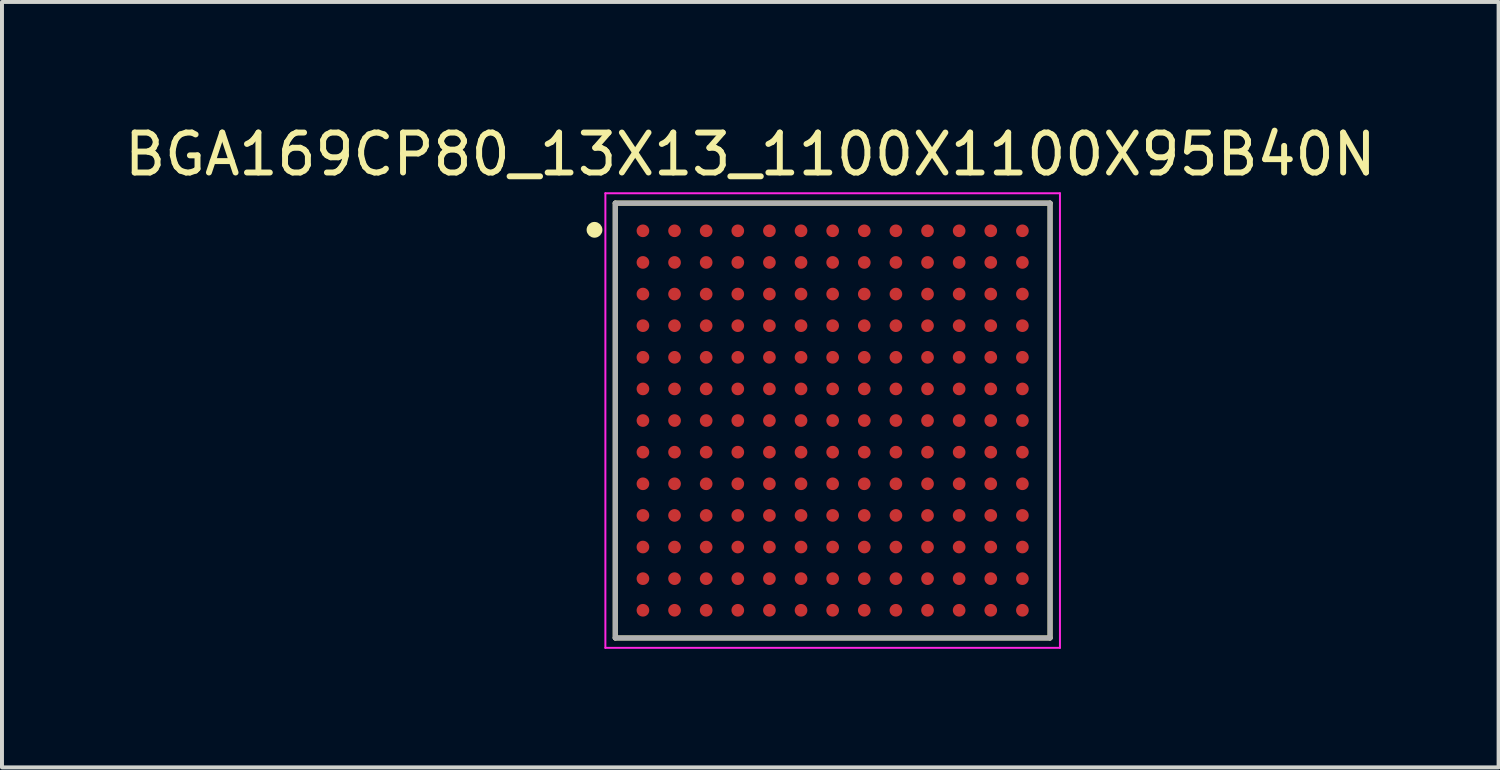
<source format=kicad_pcb>
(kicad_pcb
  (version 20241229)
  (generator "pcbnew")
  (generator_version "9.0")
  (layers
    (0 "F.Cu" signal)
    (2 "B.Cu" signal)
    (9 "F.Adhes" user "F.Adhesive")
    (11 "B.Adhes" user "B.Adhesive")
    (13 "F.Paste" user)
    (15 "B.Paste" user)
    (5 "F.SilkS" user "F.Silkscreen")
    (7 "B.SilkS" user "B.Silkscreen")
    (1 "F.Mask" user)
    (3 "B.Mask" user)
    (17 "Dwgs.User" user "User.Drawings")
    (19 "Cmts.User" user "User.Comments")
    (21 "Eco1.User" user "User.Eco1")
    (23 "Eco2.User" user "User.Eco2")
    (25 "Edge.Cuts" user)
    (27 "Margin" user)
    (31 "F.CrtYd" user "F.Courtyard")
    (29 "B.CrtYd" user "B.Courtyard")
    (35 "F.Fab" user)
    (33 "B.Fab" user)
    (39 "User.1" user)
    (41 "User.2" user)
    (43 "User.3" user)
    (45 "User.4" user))
  (footprint "BGA169CP80_13X13_1100X1100X95B40N"
    (layer "F.Cu")
    (at 18.015 7.589)
    (property "Reference" "BGA169CP80_13X13_1100X1100X95B40N" (at -2.083 -6.735 0) (layer "F.SilkS") (effects (font (size 1.011 1.011) (thickness 0.15))))
    (attr through_hole)
    (fp_line (start -5.5 5.5) (end -5.5 -5.5) (stroke (width 0.127) (type solid)) (layer "F.SilkS"))
    (fp_line (start 5.5 -5.5) (end -5.5 -5.5) (stroke (width 0.127) (type solid)) (layer "F.SilkS"))
    (fp_line (start 5.5 5.5) (end -5.5 5.5) (stroke (width 0.127) (type solid)) (layer "F.SilkS"))
    (fp_line (start 5.5 5.5) (end 5.5 -5.5) (stroke (width 0.127) (type solid)) (layer "F.SilkS"))
    (fp_circle (center -6.025 -4.825) (end -5.925 -4.825) (stroke (width 0.2) (type solid)) (fill no) (layer "F.SilkS"))
    (fp_line (start -5.75 -5.75) (end 5.75 -5.75) (stroke (width 0.05) (type solid)) (layer "F.CrtYd"))
    (fp_line (start -5.75 5.75) (end -5.75 -5.75) (stroke (width 0.05) (type solid)) (layer "F.CrtYd"))
    (fp_line (start -5.75 5.75) (end 5.75 5.75) (stroke (width 0.05) (type solid)) (layer "F.CrtYd"))
    (fp_line (start 5.75 5.75) (end 5.75 -5.75) (stroke (width 0.05) (type solid)) (layer "F.CrtYd"))
    (fp_line (start -5.5 5.5) (end -5.5 -5.5) (stroke (width 0.127) (type solid)) (layer "F.Fab"))
    (fp_line (start 5.5 -5.5) (end -5.5 -5.5) (stroke (width 0.127) (type solid)) (layer "F.Fab"))
    (fp_line (start 5.5 5.5) (end -5.5 5.5) (stroke (width 0.127) (type solid)) (layer "F.Fab"))
    (fp_line (start 5.5 5.5) (end 5.5 -5.5) (stroke (width 0.127) (type solid)) (layer "F.Fab"))
    (pad "A1" smd circle (at -4.8 -4.8) (size 0.32 0.32) (layers "F.Cu" "F.Mask" "F.Paste"))
    (pad "A2" smd circle (at -4 -4.8) (size 0.32 0.32) (layers "F.Cu" "F.Mask" "F.Paste"))
    (pad "A3" smd circle (at -3.2 -4.8) (size 0.32 0.32) (layers "F.Cu" "F.Mask" "F.Paste"))
    (pad "A4" smd circle (at -2.4 -4.8) (size 0.32 0.32) (layers "F.Cu" "F.Mask" "F.Paste"))
    (pad "A5" smd circle (at -1.6 -4.8) (size 0.32 0.32) (layers "F.Cu" "F.Mask" "F.Paste"))
    (pad "A6" smd circle (at -0.8 -4.8) (size 0.32 0.32) (layers "F.Cu" "F.Mask" "F.Paste"))
    (pad "A7" smd circle (at 0 -4.8) (size 0.32 0.32) (layers "F.Cu" "F.Mask" "F.Paste"))
    (pad "A8" smd circle (at 0.8 -4.8) (size 0.32 0.32) (layers "F.Cu" "F.Mask" "F.Paste"))
    (pad "A9" smd circle (at 1.6 -4.8) (size 0.32 0.32) (layers "F.Cu" "F.Mask" "F.Paste"))
    (pad "A10" smd circle (at 2.4 -4.8) (size 0.32 0.32) (layers "F.Cu" "F.Mask" "F.Paste"))
    (pad "A11" smd circle (at 3.2 -4.8) (size 0.32 0.32) (layers "F.Cu" "F.Mask" "F.Paste"))
    (pad "A12" smd circle (at 4 -4.8) (size 0.32 0.32) (layers "F.Cu" "F.Mask" "F.Paste"))
    (pad "A13" smd circle (at 4.8 -4.8) (size 0.32 0.32) (layers "F.Cu" "F.Mask" "F.Paste"))
    (pad "B1" smd circle (at -4.8 -4) (size 0.32 0.32) (layers "F.Cu" "F.Mask" "F.Paste"))
    (pad "B2" smd circle (at -4 -4) (size 0.32 0.32) (layers "F.Cu" "F.Mask" "F.Paste"))
    (pad "B3" smd circle (at -3.2 -4) (size 0.32 0.32) (layers "F.Cu" "F.Mask" "F.Paste"))
    (pad "B4" smd circle (at -2.4 -4) (size 0.32 0.32) (layers "F.Cu" "F.Mask" "F.Paste"))
    (pad "B5" smd circle (at -1.6 -4) (size 0.32 0.32) (layers "F.Cu" "F.Mask" "F.Paste"))
    (pad "B6" smd circle (at -0.8 -4) (size 0.32 0.32) (layers "F.Cu" "F.Mask" "F.Paste"))
    (pad "B7" smd circle (at 0 -4) (size 0.32 0.32) (layers "F.Cu" "F.Mask" "F.Paste"))
    (pad "B8" smd circle (at 0.8 -4) (size 0.32 0.32) (layers "F.Cu" "F.Mask" "F.Paste"))
    (pad "B9" smd circle (at 1.6 -4) (size 0.32 0.32) (layers "F.Cu" "F.Mask" "F.Paste"))
    (pad "B10" smd circle (at 2.4 -4) (size 0.32 0.32) (layers "F.Cu" "F.Mask" "F.Paste"))
    (pad "B11" smd circle (at 3.2 -4) (size 0.32 0.32) (layers "F.Cu" "F.Mask" "F.Paste"))
    (pad "B12" smd circle (at 4 -4) (size 0.32 0.32) (layers "F.Cu" "F.Mask" "F.Paste"))
    (pad "B13" smd circle (at 4.8 -4) (size 0.32 0.32) (layers "F.Cu" "F.Mask" "F.Paste"))
    (pad "C1" smd circle (at -4.8 -3.2) (size 0.32 0.32) (layers "F.Cu" "F.Mask" "F.Paste"))
    (pad "C2" smd circle (at -4 -3.2) (size 0.32 0.32) (layers "F.Cu" "F.Mask" "F.Paste"))
    (pad "C3" smd circle (at -3.2 -3.2) (size 0.32 0.32) (layers "F.Cu" "F.Mask" "F.Paste"))
    (pad "C4" smd circle (at -2.4 -3.2) (size 0.32 0.32) (layers "F.Cu" "F.Mask" "F.Paste"))
    (pad "C5" smd circle (at -1.6 -3.2) (size 0.32 0.32) (layers "F.Cu" "F.Mask" "F.Paste"))
    (pad "C6" smd circle (at -0.8 -3.2) (size 0.32 0.32) (layers "F.Cu" "F.Mask" "F.Paste"))
    (pad "C7" smd circle (at 0 -3.2) (size 0.32 0.32) (layers "F.Cu" "F.Mask" "F.Paste"))
    (pad "C8" smd circle (at 0.8 -3.2) (size 0.32 0.32) (layers "F.Cu" "F.Mask" "F.Paste"))
    (pad "C9" smd circle (at 1.6 -3.2) (size 0.32 0.32) (layers "F.Cu" "F.Mask" "F.Paste"))
    (pad "C10" smd circle (at 2.4 -3.2) (size 0.32 0.32) (layers "F.Cu" "F.Mask" "F.Paste"))
    (pad "C11" smd circle (at 3.2 -3.2) (size 0.32 0.32) (layers "F.Cu" "F.Mask" "F.Paste"))
    (pad "C12" smd circle (at 4 -3.2) (size 0.32 0.32) (layers "F.Cu" "F.Mask" "F.Paste"))
    (pad "C13" smd circle (at 4.8 -3.2) (size 0.32 0.32) (layers "F.Cu" "F.Mask" "F.Paste"))
    (pad "D1" smd circle (at -4.8 -2.4) (size 0.32 0.32) (layers "F.Cu" "F.Mask" "F.Paste"))
    (pad "D2" smd circle (at -4 -2.4) (size 0.32 0.32) (layers "F.Cu" "F.Mask" "F.Paste"))
    (pad "D3" smd circle (at -3.2 -2.4) (size 0.32 0.32) (layers "F.Cu" "F.Mask" "F.Paste"))
    (pad "D4" smd circle (at -2.4 -2.4) (size 0.32 0.32) (layers "F.Cu" "F.Mask" "F.Paste"))
    (pad "D5" smd circle (at -1.6 -2.4) (size 0.32 0.32) (layers "F.Cu" "F.Mask" "F.Paste"))
    (pad "D6" smd circle (at -0.8 -2.4) (size 0.32 0.32) (layers "F.Cu" "F.Mask" "F.Paste"))
    (pad "D7" smd circle (at 0 -2.4) (size 0.32 0.32) (layers "F.Cu" "F.Mask" "F.Paste"))
    (pad "D8" smd circle (at 0.8 -2.4) (size 0.32 0.32) (layers "F.Cu" "F.Mask" "F.Paste"))
    (pad "D9" smd circle (at 1.6 -2.4) (size 0.32 0.32) (layers "F.Cu" "F.Mask" "F.Paste"))
    (pad "D10" smd circle (at 2.4 -2.4) (size 0.32 0.32) (layers "F.Cu" "F.Mask" "F.Paste"))
    (pad "D11" smd circle (at 3.2 -2.4) (size 0.32 0.32) (layers "F.Cu" "F.Mask" "F.Paste"))
    (pad "D12" smd circle (at 4 -2.4) (size 0.32 0.32) (layers "F.Cu" "F.Mask" "F.Paste"))
    (pad "D13" smd circle (at 4.8 -2.4) (size 0.32 0.32) (layers "F.Cu" "F.Mask" "F.Paste"))
    (pad "E1" smd circle (at -4.8 -1.6) (size 0.32 0.32) (layers "F.Cu" "F.Mask" "F.Paste"))
    (pad "E2" smd circle (at -4 -1.6) (size 0.32 0.32) (layers "F.Cu" "F.Mask" "F.Paste"))
    (pad "E3" smd circle (at -3.2 -1.6) (size 0.32 0.32) (layers "F.Cu" "F.Mask" "F.Paste"))
    (pad "E4" smd circle (at -2.4 -1.6) (size 0.32 0.32) (layers "F.Cu" "F.Mask" "F.Paste"))
    (pad "E5" smd circle (at -1.6 -1.6) (size 0.32 0.32) (layers "F.Cu" "F.Mask" "F.Paste"))
    (pad "E6" smd circle (at -0.8 -1.6) (size 0.32 0.32) (layers "F.Cu" "F.Mask" "F.Paste"))
    (pad "E7" smd circle (at 0 -1.6) (size 0.32 0.32) (layers "F.Cu" "F.Mask" "F.Paste"))
    (pad "E8" smd circle (at 0.8 -1.6) (size 0.32 0.32) (layers "F.Cu" "F.Mask" "F.Paste"))
    (pad "E9" smd circle (at 1.6 -1.6) (size 0.32 0.32) (layers "F.Cu" "F.Mask" "F.Paste"))
    (pad "E10" smd circle (at 2.4 -1.6) (size 0.32 0.32) (layers "F.Cu" "F.Mask" "F.Paste"))
    (pad "E11" smd circle (at 3.2 -1.6) (size 0.32 0.32) (layers "F.Cu" "F.Mask" "F.Paste"))
    (pad "E12" smd circle (at 4 -1.6) (size 0.32 0.32) (layers "F.Cu" "F.Mask" "F.Paste"))
    (pad "E13" smd circle (at 4.8 -1.6) (size 0.32 0.32) (layers "F.Cu" "F.Mask" "F.Paste"))
    (pad "F1" smd circle (at -4.8 -0.8) (size 0.32 0.32) (layers "F.Cu" "F.Mask" "F.Paste"))
    (pad "F2" smd circle (at -4 -0.8) (size 0.32 0.32) (layers "F.Cu" "F.Mask" "F.Paste"))
    (pad "F3" smd circle (at -3.2 -0.8) (size 0.32 0.32) (layers "F.Cu" "F.Mask" "F.Paste"))
    (pad "F4" smd circle (at -2.4 -0.8) (size 0.32 0.32) (layers "F.Cu" "F.Mask" "F.Paste"))
    (pad "F5" smd circle (at -1.6 -0.8) (size 0.32 0.32) (layers "F.Cu" "F.Mask" "F.Paste"))
    (pad "F6" smd circle (at -0.8 -0.8) (size 0.32 0.32) (layers "F.Cu" "F.Mask" "F.Paste"))
    (pad "F7" smd circle (at 0 -0.8) (size 0.32 0.32) (layers "F.Cu" "F.Mask" "F.Paste"))
    (pad "F8" smd circle (at 0.8 -0.8) (size 0.32 0.32) (layers "F.Cu" "F.Mask" "F.Paste"))
    (pad "F9" smd circle (at 1.6 -0.8) (size 0.32 0.32) (layers "F.Cu" "F.Mask" "F.Paste"))
    (pad "F10" smd circle (at 2.4 -0.8) (size 0.32 0.32) (layers "F.Cu" "F.Mask" "F.Paste"))
    (pad "F11" smd circle (at 3.2 -0.8) (size 0.32 0.32) (layers "F.Cu" "F.Mask" "F.Paste"))
    (pad "F12" smd circle (at 4 -0.8) (size 0.32 0.32) (layers "F.Cu" "F.Mask" "F.Paste"))
    (pad "F13" smd circle (at 4.8 -0.8) (size 0.32 0.32) (layers "F.Cu" "F.Mask" "F.Paste"))
    (pad "G1" smd circle (at -4.8 0) (size 0.32 0.32) (layers "F.Cu" "F.Mask" "F.Paste"))
    (pad "G2" smd circle (at -4 0) (size 0.32 0.32) (layers "F.Cu" "F.Mask" "F.Paste"))
    (pad "G3" smd circle (at -3.2 0) (size 0.32 0.32) (layers "F.Cu" "F.Mask" "F.Paste"))
    (pad "G4" smd circle (at -2.4 0) (size 0.32 0.32) (layers "F.Cu" "F.Mask" "F.Paste"))
    (pad "G5" smd circle (at -1.6 0) (size 0.32 0.32) (layers "F.Cu" "F.Mask" "F.Paste"))
    (pad "G6" smd circle (at -0.8 0) (size 0.32 0.32) (layers "F.Cu" "F.Mask" "F.Paste"))
    (pad "G7" smd circle (at 0 0) (size 0.32 0.32) (layers "F.Cu" "F.Mask" "F.Paste"))
    (pad "G8" smd circle (at 0.8 0) (size 0.32 0.32) (layers "F.Cu" "F.Mask" "F.Paste"))
    (pad "G9" smd circle (at 1.6 0) (size 0.32 0.32) (layers "F.Cu" "F.Mask" "F.Paste"))
    (pad "G10" smd circle (at 2.4 0) (size 0.32 0.32) (layers "F.Cu" "F.Mask" "F.Paste"))
    (pad "G11" smd circle (at 3.2 0) (size 0.32 0.32) (layers "F.Cu" "F.Mask" "F.Paste"))
    (pad "G12" smd circle (at 4 0) (size 0.32 0.32) (layers "F.Cu" "F.Mask" "F.Paste"))
    (pad "G13" smd circle (at 4.8 0) (size 0.32 0.32) (layers "F.Cu" "F.Mask" "F.Paste"))
    (pad "H1" smd circle (at -4.8 0.8) (size 0.32 0.32) (layers "F.Cu" "F.Mask" "F.Paste"))
    (pad "H2" smd circle (at -4 0.8) (size 0.32 0.32) (layers "F.Cu" "F.Mask" "F.Paste"))
    (pad "H3" smd circle (at -3.2 0.8) (size 0.32 0.32) (layers "F.Cu" "F.Mask" "F.Paste"))
    (pad "H4" smd circle (at -2.4 0.8) (size 0.32 0.32) (layers "F.Cu" "F.Mask" "F.Paste"))
    (pad "H5" smd circle (at -1.6 0.8) (size 0.32 0.32) (layers "F.Cu" "F.Mask" "F.Paste"))
    (pad "H6" smd circle (at -0.8 0.8) (size 0.32 0.32) (layers "F.Cu" "F.Mask" "F.Paste"))
    (pad "H7" smd circle (at 0 0.8) (size 0.32 0.32) (layers "F.Cu" "F.Mask" "F.Paste"))
    (pad "H8" smd circle (at 0.8 0.8) (size 0.32 0.32) (layers "F.Cu" "F.Mask" "F.Paste"))
    (pad "H9" smd circle (at 1.6 0.8) (size 0.32 0.32) (layers "F.Cu" "F.Mask" "F.Paste"))
    (pad "H10" smd circle (at 2.4 0.8) (size 0.32 0.32) (layers "F.Cu" "F.Mask" "F.Paste"))
    (pad "H11" smd circle (at 3.2 0.8) (size 0.32 0.32) (layers "F.Cu" "F.Mask" "F.Paste"))
    (pad "H12" smd circle (at 4 0.8) (size 0.32 0.32) (layers "F.Cu" "F.Mask" "F.Paste"))
    (pad "H13" smd circle (at 4.8 0.8) (size 0.32 0.32) (layers "F.Cu" "F.Mask" "F.Paste"))
    (pad "J1" smd circle (at -4.8 1.6) (size 0.32 0.32) (layers "F.Cu" "F.Mask" "F.Paste"))
    (pad "J2" smd circle (at -4 1.6) (size 0.32 0.32) (layers "F.Cu" "F.Mask" "F.Paste"))
    (pad "J3" smd circle (at -3.2 1.6) (size 0.32 0.32) (layers "F.Cu" "F.Mask" "F.Paste"))
    (pad "J4" smd circle (at -2.4 1.6) (size 0.32 0.32) (layers "F.Cu" "F.Mask" "F.Paste"))
    (pad "J5" smd circle (at -1.6 1.6) (size 0.32 0.32) (layers "F.Cu" "F.Mask" "F.Paste"))
    (pad "J6" smd circle (at -0.8 1.6) (size 0.32 0.32) (layers "F.Cu" "F.Mask" "F.Paste"))
    (pad "J7" smd circle (at 0 1.6) (size 0.32 0.32) (layers "F.Cu" "F.Mask" "F.Paste"))
    (pad "J8" smd circle (at 0.8 1.6) (size 0.32 0.32) (layers "F.Cu" "F.Mask" "F.Paste"))
    (pad "J9" smd circle (at 1.6 1.6) (size 0.32 0.32) (layers "F.Cu" "F.Mask" "F.Paste"))
    (pad "J10" smd circle (at 2.4 1.6) (size 0.32 0.32) (layers "F.Cu" "F.Mask" "F.Paste"))
    (pad "J11" smd circle (at 3.2 1.6) (size 0.32 0.32) (layers "F.Cu" "F.Mask" "F.Paste"))
    (pad "J12" smd circle (at 4 1.6) (size 0.32 0.32) (layers "F.Cu" "F.Mask" "F.Paste"))
    (pad "J13" smd circle (at 4.8 1.6) (size 0.32 0.32) (layers "F.Cu" "F.Mask" "F.Paste"))
    (pad "K1" smd circle (at -4.8 2.4) (size 0.32 0.32) (layers "F.Cu" "F.Mask" "F.Paste"))
    (pad "K2" smd circle (at -4 2.4) (size 0.32 0.32) (layers "F.Cu" "F.Mask" "F.Paste"))
    (pad "K3" smd circle (at -3.2 2.4) (size 0.32 0.32) (layers "F.Cu" "F.Mask" "F.Paste"))
    (pad "K4" smd circle (at -2.4 2.4) (size 0.32 0.32) (layers "F.Cu" "F.Mask" "F.Paste"))
    (pad "K5" smd circle (at -1.6 2.4) (size 0.32 0.32) (layers "F.Cu" "F.Mask" "F.Paste"))
    (pad "K6" smd circle (at -0.8 2.4) (size 0.32 0.32) (layers "F.Cu" "F.Mask" "F.Paste"))
    (pad "K7" smd circle (at 0 2.4) (size 0.32 0.32) (layers "F.Cu" "F.Mask" "F.Paste"))
    (pad "K8" smd circle (at 0.8 2.4) (size 0.32 0.32) (layers "F.Cu" "F.Mask" "F.Paste"))
    (pad "K9" smd circle (at 1.6 2.4) (size 0.32 0.32) (layers "F.Cu" "F.Mask" "F.Paste"))
    (pad "K10" smd circle (at 2.4 2.4) (size 0.32 0.32) (layers "F.Cu" "F.Mask" "F.Paste"))
    (pad "K11" smd circle (at 3.2 2.4) (size 0.32 0.32) (layers "F.Cu" "F.Mask" "F.Paste"))
    (pad "K12" smd circle (at 4 2.4) (size 0.32 0.32) (layers "F.Cu" "F.Mask" "F.Paste"))
    (pad "K13" smd circle (at 4.8 2.4) (size 0.32 0.32) (layers "F.Cu" "F.Mask" "F.Paste"))
    (pad "L1" smd circle (at -4.8 3.2) (size 0.32 0.32) (layers "F.Cu" "F.Mask" "F.Paste"))
    (pad "L2" smd circle (at -4 3.2) (size 0.32 0.32) (layers "F.Cu" "F.Mask" "F.Paste"))
    (pad "L3" smd circle (at -3.2 3.2) (size 0.32 0.32) (layers "F.Cu" "F.Mask" "F.Paste"))
    (pad "L4" smd circle (at -2.4 3.2) (size 0.32 0.32) (layers "F.Cu" "F.Mask" "F.Paste"))
    (pad "L5" smd circle (at -1.6 3.2) (size 0.32 0.32) (layers "F.Cu" "F.Mask" "F.Paste"))
    (pad "L6" smd circle (at -0.8 3.2) (size 0.32 0.32) (layers "F.Cu" "F.Mask" "F.Paste"))
    (pad "L7" smd circle (at 0 3.2) (size 0.32 0.32) (layers "F.Cu" "F.Mask" "F.Paste"))
    (pad "L8" smd circle (at 0.8 3.2) (size 0.32 0.32) (layers "F.Cu" "F.Mask" "F.Paste"))
    (pad "L9" smd circle (at 1.6 3.2) (size 0.32 0.32) (layers "F.Cu" "F.Mask" "F.Paste"))
    (pad "L10" smd circle (at 2.4 3.2) (size 0.32 0.32) (layers "F.Cu" "F.Mask" "F.Paste"))
    (pad "L11" smd circle (at 3.2 3.2) (size 0.32 0.32) (layers "F.Cu" "F.Mask" "F.Paste"))
    (pad "L12" smd circle (at 4 3.2) (size 0.32 0.32) (layers "F.Cu" "F.Mask" "F.Paste"))
    (pad "L13" smd circle (at 4.8 3.2) (size 0.32 0.32) (layers "F.Cu" "F.Mask" "F.Paste"))
    (pad "M1" smd circle (at -4.8 4) (size 0.32 0.32) (layers "F.Cu" "F.Mask" "F.Paste"))
    (pad "M2" smd circle (at -4 4) (size 0.32 0.32) (layers "F.Cu" "F.Mask" "F.Paste"))
    (pad "M3" smd circle (at -3.2 4) (size 0.32 0.32) (layers "F.Cu" "F.Mask" "F.Paste"))
    (pad "M4" smd circle (at -2.4 4) (size 0.32 0.32) (layers "F.Cu" "F.Mask" "F.Paste"))
    (pad "M5" smd circle (at -1.6 4) (size 0.32 0.32) (layers "F.Cu" "F.Mask" "F.Paste"))
    (pad "M6" smd circle (at -0.8 4) (size 0.32 0.32) (layers "F.Cu" "F.Mask" "F.Paste"))
    (pad "M7" smd circle (at 0 4) (size 0.32 0.32) (layers "F.Cu" "F.Mask" "F.Paste"))
    (pad "M8" smd circle (at 0.8 4) (size 0.32 0.32) (layers "F.Cu" "F.Mask" "F.Paste"))
    (pad "M9" smd circle (at 1.6 4) (size 0.32 0.32) (layers "F.Cu" "F.Mask" "F.Paste"))
    (pad "M10" smd circle (at 2.4 4) (size 0.32 0.32) (layers "F.Cu" "F.Mask" "F.Paste"))
    (pad "M11" smd circle (at 3.2 4) (size 0.32 0.32) (layers "F.Cu" "F.Mask" "F.Paste"))
    (pad "M12" smd circle (at 4 4) (size 0.32 0.32) (layers "F.Cu" "F.Mask" "F.Paste"))
    (pad "M13" smd circle (at 4.8 4) (size 0.32 0.32) (layers "F.Cu" "F.Mask" "F.Paste"))
    (pad "N1" smd circle (at -4.8 4.8) (size 0.32 0.32) (layers "F.Cu" "F.Mask" "F.Paste"))
    (pad "N2" smd circle (at -4 4.8) (size 0.32 0.32) (layers "F.Cu" "F.Mask" "F.Paste"))
    (pad "N3" smd circle (at -3.2 4.8) (size 0.32 0.32) (layers "F.Cu" "F.Mask" "F.Paste"))
    (pad "N4" smd circle (at -2.4 4.8) (size 0.32 0.32) (layers "F.Cu" "F.Mask" "F.Paste"))
    (pad "N5" smd circle (at -1.6 4.8) (size 0.32 0.32) (layers "F.Cu" "F.Mask" "F.Paste"))
    (pad "N6" smd circle (at -0.8 4.8) (size 0.32 0.32) (layers "F.Cu" "F.Mask" "F.Paste"))
    (pad "N7" smd circle (at 0 4.8) (size 0.32 0.32) (layers "F.Cu" "F.Mask" "F.Paste"))
    (pad "N8" smd circle (at 0.8 4.8) (size 0.32 0.32) (layers "F.Cu" "F.Mask" "F.Paste"))
    (pad "N9" smd circle (at 1.6 4.8) (size 0.32 0.32) (layers "F.Cu" "F.Mask" "F.Paste"))
    (pad "N10" smd circle (at 2.4 4.8) (size 0.32 0.32) (layers "F.Cu" "F.Mask" "F.Paste"))
    (pad "N11" smd circle (at 3.2 4.8) (size 0.32 0.32) (layers "F.Cu" "F.Mask" "F.Paste"))
    (pad "N12" smd circle (at 4 4.8) (size 0.32 0.32) (layers "F.Cu" "F.Mask" "F.Paste"))
    (pad "N13" smd circle (at 4.8 4.8) (size 0.32 0.32) (layers "F.Cu" "F.Mask" "F.Paste")))
  (gr_rect
    (start -3 -3)
    (end 34.862 16.364)
    (stroke (width 0.1) (type default))
    (fill no)
    (layer "Edge.Cuts")))
</source>
